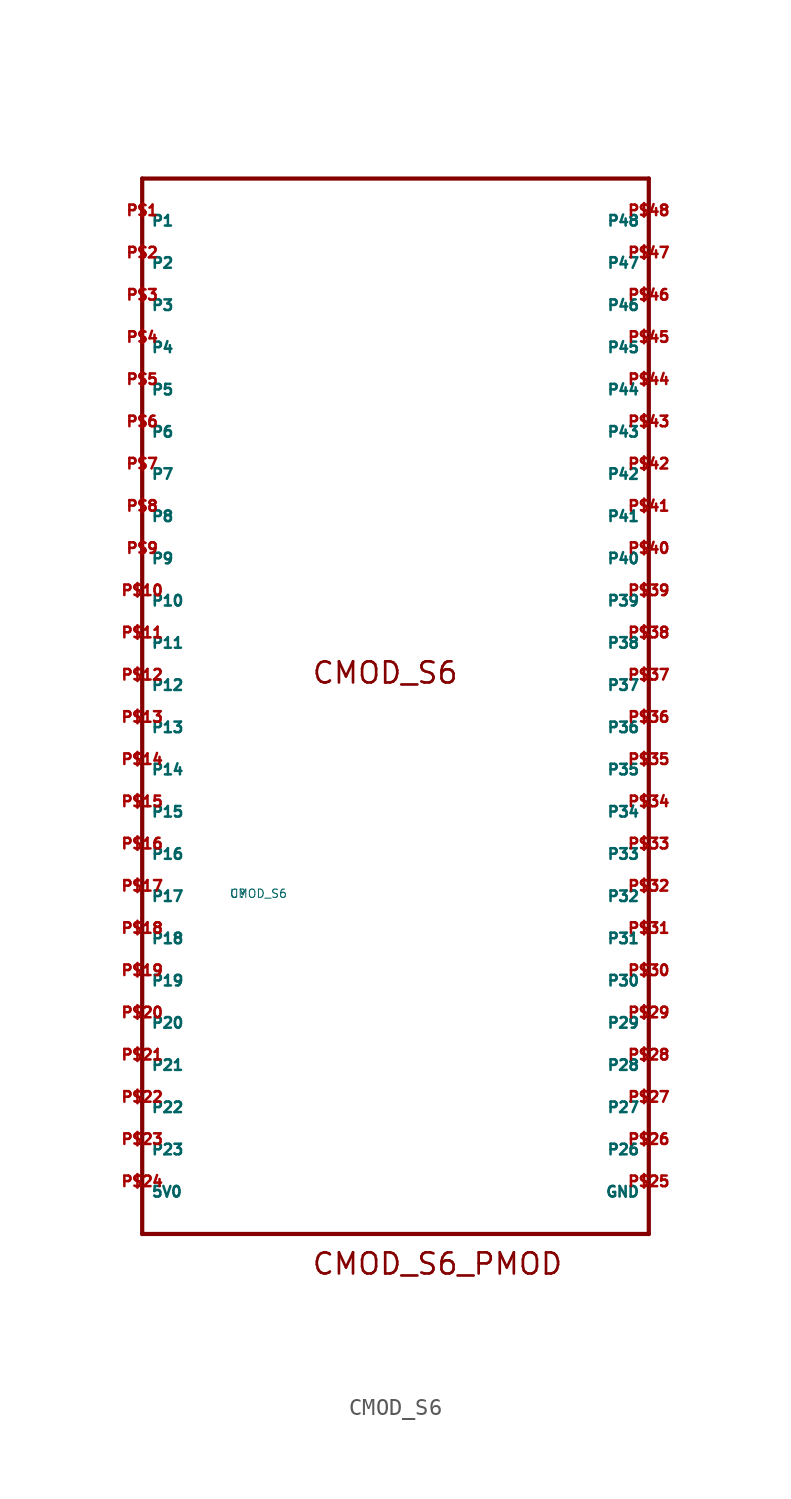
<source format=kicad_sym>
(kicad_symbol_lib
  (version 20220914)
  (generator Eagle2Kicad)
  (symbol "CMOD_S6"
    (property "Reference" "U"
      (at -10 -10 0)
      (effects (font (size 0.5 0.5) (thickness 0.06)) (justify left)))
    (property "Value" "CMOD_S6"
      (at -10 -10 0)
      (effects (font (size 0.5 0.5) (thickness 0.06)) (justify left)))
    (polyline
      (pts (xy -15.24 33.02) (xy 15.24 33.02))
      (stroke (width 0.254) (type default))
      (fill (type none)))
    (polyline
      (pts (xy 15.24 33.02) (xy 15.24 -30.48))
      (stroke (width 0.254) (type default))
      (fill (type none)))
    (polyline
      (pts (xy 15.24 -30.48) (xy -15.24 -30.48))
      (stroke (width 0.254) (type default))
      (fill (type none)))
    (polyline
      (pts (xy -15.24 -30.48) (xy -15.24 33.02))
      (stroke (width 0.254) (type default))
      (fill (type none)))
    (text "CMOD_S6"
      (at -5.08 2.54 0)
      (effects (font (size 1.27 1.27) (thickness 0.16)) (justify left bottom)))
    (text "CMOD_S6_PMOD"
      (at -5.08 -33.02 0)
      (effects (font (size 1.27 1.27) (thickness 0.16)) (justify left bottom)))
    (pin bidirectional line
      (at -15.24 30.48 0)
      (length 0)
      (name "P1" (effects (font (size 0.635 0.635) (thickness 0.08)) (justify left bottom)))
      (number "P$1" (effects (font (size 0.635 0.635) (thickness 0.08)) (justify left bottom))))
    (pin bidirectional line
      (at -15.24 27.94 0)
      (length 0)
      (name "P2" (effects (font (size 0.635 0.635) (thickness 0.08)) (justify left bottom)))
      (number "P$2" (effects (font (size 0.635 0.635) (thickness 0.08)) (justify left bottom))))
    (pin bidirectional line
      (at -15.24 25.4 0)
      (length 0)
      (name "P3" (effects (font (size 0.635 0.635) (thickness 0.08)) (justify left bottom)))
      (number "P$3" (effects (font (size 0.635 0.635) (thickness 0.08)) (justify left bottom))))
    (pin bidirectional line
      (at -15.24 22.86 0)
      (length 0)
      (name "P4" (effects (font (size 0.635 0.635) (thickness 0.08)) (justify left bottom)))
      (number "P$4" (effects (font (size 0.635 0.635) (thickness 0.08)) (justify left bottom))))
    (pin bidirectional line
      (at -15.24 20.32 0)
      (length 0)
      (name "P5" (effects (font (size 0.635 0.635) (thickness 0.08)) (justify left bottom)))
      (number "P$5" (effects (font (size 0.635 0.635) (thickness 0.08)) (justify left bottom))))
    (pin bidirectional line
      (at -15.24 17.78 0)
      (length 0)
      (name "P6" (effects (font (size 0.635 0.635) (thickness 0.08)) (justify left bottom)))
      (number "P$6" (effects (font (size 0.635 0.635) (thickness 0.08)) (justify left bottom))))
    (pin bidirectional line
      (at -15.24 15.24 0)
      (length 0)
      (name "P7" (effects (font (size 0.635 0.635) (thickness 0.08)) (justify left bottom)))
      (number "P$7" (effects (font (size 0.635 0.635) (thickness 0.08)) (justify left bottom))))
    (pin bidirectional line
      (at -15.24 12.7 0)
      (length 0)
      (name "P8" (effects (font (size 0.635 0.635) (thickness 0.08)) (justify left bottom)))
      (number "P$8" (effects (font (size 0.635 0.635) (thickness 0.08)) (justify left bottom))))
    (pin bidirectional line
      (at -15.24 10.16 0)
      (length 0)
      (name "P9" (effects (font (size 0.635 0.635) (thickness 0.08)) (justify left bottom)))
      (number "P$9" (effects (font (size 0.635 0.635) (thickness 0.08)) (justify left bottom))))
    (pin bidirectional line
      (at -15.24 7.62 0)
      (length 0)
      (name "P10" (effects (font (size 0.635 0.635) (thickness 0.08)) (justify left bottom)))
      (number "P$10" (effects (font (size 0.635 0.635) (thickness 0.08)) (justify left bottom))))
    (pin bidirectional line
      (at -15.24 5.08 0)
      (length 0)
      (name "P11" (effects (font (size 0.635 0.635) (thickness 0.08)) (justify left bottom)))
      (number "P$11" (effects (font (size 0.635 0.635) (thickness 0.08)) (justify left bottom))))
    (pin bidirectional line
      (at -15.24 2.54 0)
      (length 0)
      (name "P12" (effects (font (size 0.635 0.635) (thickness 0.08)) (justify left bottom)))
      (number "P$12" (effects (font (size 0.635 0.635) (thickness 0.08)) (justify left bottom))))
    (pin bidirectional line
      (at -15.24 0 0)
      (length 0)
      (name "P13" (effects (font (size 0.635 0.635) (thickness 0.08)) (justify left bottom)))
      (number "P$13" (effects (font (size 0.635 0.635) (thickness 0.08)) (justify left bottom))))
    (pin bidirectional line
      (at -15.24 -2.54 0)
      (length 0)
      (name "P14" (effects (font (size 0.635 0.635) (thickness 0.08)) (justify left bottom)))
      (number "P$14" (effects (font (size 0.635 0.635) (thickness 0.08)) (justify left bottom))))
    (pin bidirectional line
      (at -15.24 -5.08 0)
      (length 0)
      (name "P15" (effects (font (size 0.635 0.635) (thickness 0.08)) (justify left bottom)))
      (number "P$15" (effects (font (size 0.635 0.635) (thickness 0.08)) (justify left bottom))))
    (pin bidirectional line
      (at -15.24 -7.62 0)
      (length 0)
      (name "P16" (effects (font (size 0.635 0.635) (thickness 0.08)) (justify left bottom)))
      (number "P$16" (effects (font (size 0.635 0.635) (thickness 0.08)) (justify left bottom))))
    (pin bidirectional line
      (at -15.24 -10.16 0)
      (length 0)
      (name "P17" (effects (font (size 0.635 0.635) (thickness 0.08)) (justify left bottom)))
      (number "P$17" (effects (font (size 0.635 0.635) (thickness 0.08)) (justify left bottom))))
    (pin bidirectional line
      (at -15.24 -12.7 0)
      (length 0)
      (name "P18" (effects (font (size 0.635 0.635) (thickness 0.08)) (justify left bottom)))
      (number "P$18" (effects (font (size 0.635 0.635) (thickness 0.08)) (justify left bottom))))
    (pin bidirectional line
      (at -15.24 -15.24 0)
      (length 0)
      (name "P19" (effects (font (size 0.635 0.635) (thickness 0.08)) (justify left bottom)))
      (number "P$19" (effects (font (size 0.635 0.635) (thickness 0.08)) (justify left bottom))))
    (pin bidirectional line
      (at -15.24 -17.78 0)
      (length 0)
      (name "P20" (effects (font (size 0.635 0.635) (thickness 0.08)) (justify left bottom)))
      (number "P$20" (effects (font (size 0.635 0.635) (thickness 0.08)) (justify left bottom))))
    (pin bidirectional line
      (at -15.24 -20.32 0)
      (length 0)
      (name "P21" (effects (font (size 0.635 0.635) (thickness 0.08)) (justify left bottom)))
      (number "P$21" (effects (font (size 0.635 0.635) (thickness 0.08)) (justify left bottom))))
    (pin bidirectional line
      (at -15.24 -22.86 0)
      (length 0)
      (name "P22" (effects (font (size 0.635 0.635) (thickness 0.08)) (justify left bottom)))
      (number "P$22" (effects (font (size 0.635 0.635) (thickness 0.08)) (justify left bottom))))
    (pin bidirectional line
      (at -15.24 -25.4 0)
      (length 0)
      (name "P23" (effects (font (size 0.635 0.635) (thickness 0.08)) (justify left bottom)))
      (number "P$23" (effects (font (size 0.635 0.635) (thickness 0.08)) (justify left bottom))))
    (pin bidirectional line
      (at -15.24 -27.94 0)
      (length 0)
      (name "5V0" (effects (font (size 0.635 0.635) (thickness 0.08)) (justify left bottom)))
      (number "P$24" (effects (font (size 0.635 0.635) (thickness 0.08)) (justify left bottom))))
    (pin bidirectional line
      (at 15.24 -27.94 180)
      (length 0)
      (name "GND" (effects (font (size 0.635 0.635) (thickness 0.08)) (justify left bottom)))
      (number "P$25" (effects (font (size 0.635 0.635) (thickness 0.08)) (justify left bottom))))
    (pin bidirectional line
      (at 15.24 -25.4 180)
      (length 0)
      (name "P26" (effects (font (size 0.635 0.635) (thickness 0.08)) (justify left bottom)))
      (number "P$26" (effects (font (size 0.635 0.635) (thickness 0.08)) (justify left bottom))))
    (pin bidirectional line
      (at 15.24 -22.86 180)
      (length 0)
      (name "P27" (effects (font (size 0.635 0.635) (thickness 0.08)) (justify left bottom)))
      (number "P$27" (effects (font (size 0.635 0.635) (thickness 0.08)) (justify left bottom))))
    (pin bidirectional line
      (at 15.24 -20.32 180)
      (length 0)
      (name "P28" (effects (font (size 0.635 0.635) (thickness 0.08)) (justify left bottom)))
      (number "P$28" (effects (font (size 0.635 0.635) (thickness 0.08)) (justify left bottom))))
    (pin bidirectional line
      (at 15.24 -17.78 180)
      (length 0)
      (name "P29" (effects (font (size 0.635 0.635) (thickness 0.08)) (justify left bottom)))
      (number "P$29" (effects (font (size 0.635 0.635) (thickness 0.08)) (justify left bottom))))
    (pin bidirectional line
      (at 15.24 -15.24 180)
      (length 0)
      (name "P30" (effects (font (size 0.635 0.635) (thickness 0.08)) (justify left bottom)))
      (number "P$30" (effects (font (size 0.635 0.635) (thickness 0.08)) (justify left bottom))))
    (pin bidirectional line
      (at 15.24 -12.7 180)
      (length 0)
      (name "P31" (effects (font (size 0.635 0.635) (thickness 0.08)) (justify left bottom)))
      (number "P$31" (effects (font (size 0.635 0.635) (thickness 0.08)) (justify left bottom))))
    (pin bidirectional line
      (at 15.24 -10.16 180)
      (length 0)
      (name "P32" (effects (font (size 0.635 0.635) (thickness 0.08)) (justify left bottom)))
      (number "P$32" (effects (font (size 0.635 0.635) (thickness 0.08)) (justify left bottom))))
    (pin bidirectional line
      (at 15.24 -7.62 180)
      (length 0)
      (name "P33" (effects (font (size 0.635 0.635) (thickness 0.08)) (justify left bottom)))
      (number "P$33" (effects (font (size 0.635 0.635) (thickness 0.08)) (justify left bottom))))
    (pin bidirectional line
      (at 15.24 -5.08 180)
      (length 0)
      (name "P34" (effects (font (size 0.635 0.635) (thickness 0.08)) (justify left bottom)))
      (number "P$34" (effects (font (size 0.635 0.635) (thickness 0.08)) (justify left bottom))))
    (pin bidirectional line
      (at 15.24 -2.54 180)
      (length 0)
      (name "P35" (effects (font (size 0.635 0.635) (thickness 0.08)) (justify left bottom)))
      (number "P$35" (effects (font (size 0.635 0.635) (thickness 0.08)) (justify left bottom))))
    (pin bidirectional line
      (at 15.24 0 180)
      (length 0)
      (name "P36" (effects (font (size 0.635 0.635) (thickness 0.08)) (justify left bottom)))
      (number "P$36" (effects (font (size 0.635 0.635) (thickness 0.08)) (justify left bottom))))
    (pin bidirectional line
      (at 15.24 2.54 180)
      (length 0)
      (name "P37" (effects (font (size 0.635 0.635) (thickness 0.08)) (justify left bottom)))
      (number "P$37" (effects (font (size 0.635 0.635) (thickness 0.08)) (justify left bottom))))
    (pin bidirectional line
      (at 15.24 5.08 180)
      (length 0)
      (name "P38" (effects (font (size 0.635 0.635) (thickness 0.08)) (justify left bottom)))
      (number "P$38" (effects (font (size 0.635 0.635) (thickness 0.08)) (justify left bottom))))
    (pin bidirectional line
      (at 15.24 7.62 180)
      (length 0)
      (name "P39" (effects (font (size 0.635 0.635) (thickness 0.08)) (justify left bottom)))
      (number "P$39" (effects (font (size 0.635 0.635) (thickness 0.08)) (justify left bottom))))
    (pin bidirectional line
      (at 15.24 10.16 180)
      (length 0)
      (name "P40" (effects (font (size 0.635 0.635) (thickness 0.08)) (justify left bottom)))
      (number "P$40" (effects (font (size 0.635 0.635) (thickness 0.08)) (justify left bottom))))
    (pin bidirectional line
      (at 15.24 12.7 180)
      (length 0)
      (name "P41" (effects (font (size 0.635 0.635) (thickness 0.08)) (justify left bottom)))
      (number "P$41" (effects (font (size 0.635 0.635) (thickness 0.08)) (justify left bottom))))
    (pin bidirectional line
      (at 15.24 15.24 180)
      (length 0)
      (name "P42" (effects (font (size 0.635 0.635) (thickness 0.08)) (justify left bottom)))
      (number "P$42" (effects (font (size 0.635 0.635) (thickness 0.08)) (justify left bottom))))
    (pin bidirectional line
      (at 15.24 17.78 180)
      (length 0)
      (name "P43" (effects (font (size 0.635 0.635) (thickness 0.08)) (justify left bottom)))
      (number "P$43" (effects (font (size 0.635 0.635) (thickness 0.08)) (justify left bottom))))
    (pin bidirectional line
      (at 15.24 20.32 180)
      (length 0)
      (name "P44" (effects (font (size 0.635 0.635) (thickness 0.08)) (justify left bottom)))
      (number "P$44" (effects (font (size 0.635 0.635) (thickness 0.08)) (justify left bottom))))
    (pin bidirectional line
      (at 15.24 22.86 180)
      (length 0)
      (name "P45" (effects (font (size 0.635 0.635) (thickness 0.08)) (justify left bottom)))
      (number "P$45" (effects (font (size 0.635 0.635) (thickness 0.08)) (justify left bottom))))
    (pin bidirectional line
      (at 15.24 25.4 180)
      (length 0)
      (name "P46" (effects (font (size 0.635 0.635) (thickness 0.08)) (justify left bottom)))
      (number "P$46" (effects (font (size 0.635 0.635) (thickness 0.08)) (justify left bottom))))
    (pin bidirectional line
      (at 15.24 27.94 180)
      (length 0)
      (name "P47" (effects (font (size 0.635 0.635) (thickness 0.08)) (justify left bottom)))
      (number "P$47" (effects (font (size 0.635 0.635) (thickness 0.08)) (justify left bottom))))
    (pin bidirectional line
      (at 15.24 30.48 180)
      (length 0)
      (name "P48" (effects (font (size 0.635 0.635) (thickness 0.08)) (justify left bottom)))
      (number "P$48" (effects (font (size 0.635 0.635) (thickness 0.08)) (justify left bottom))))))
</source>
